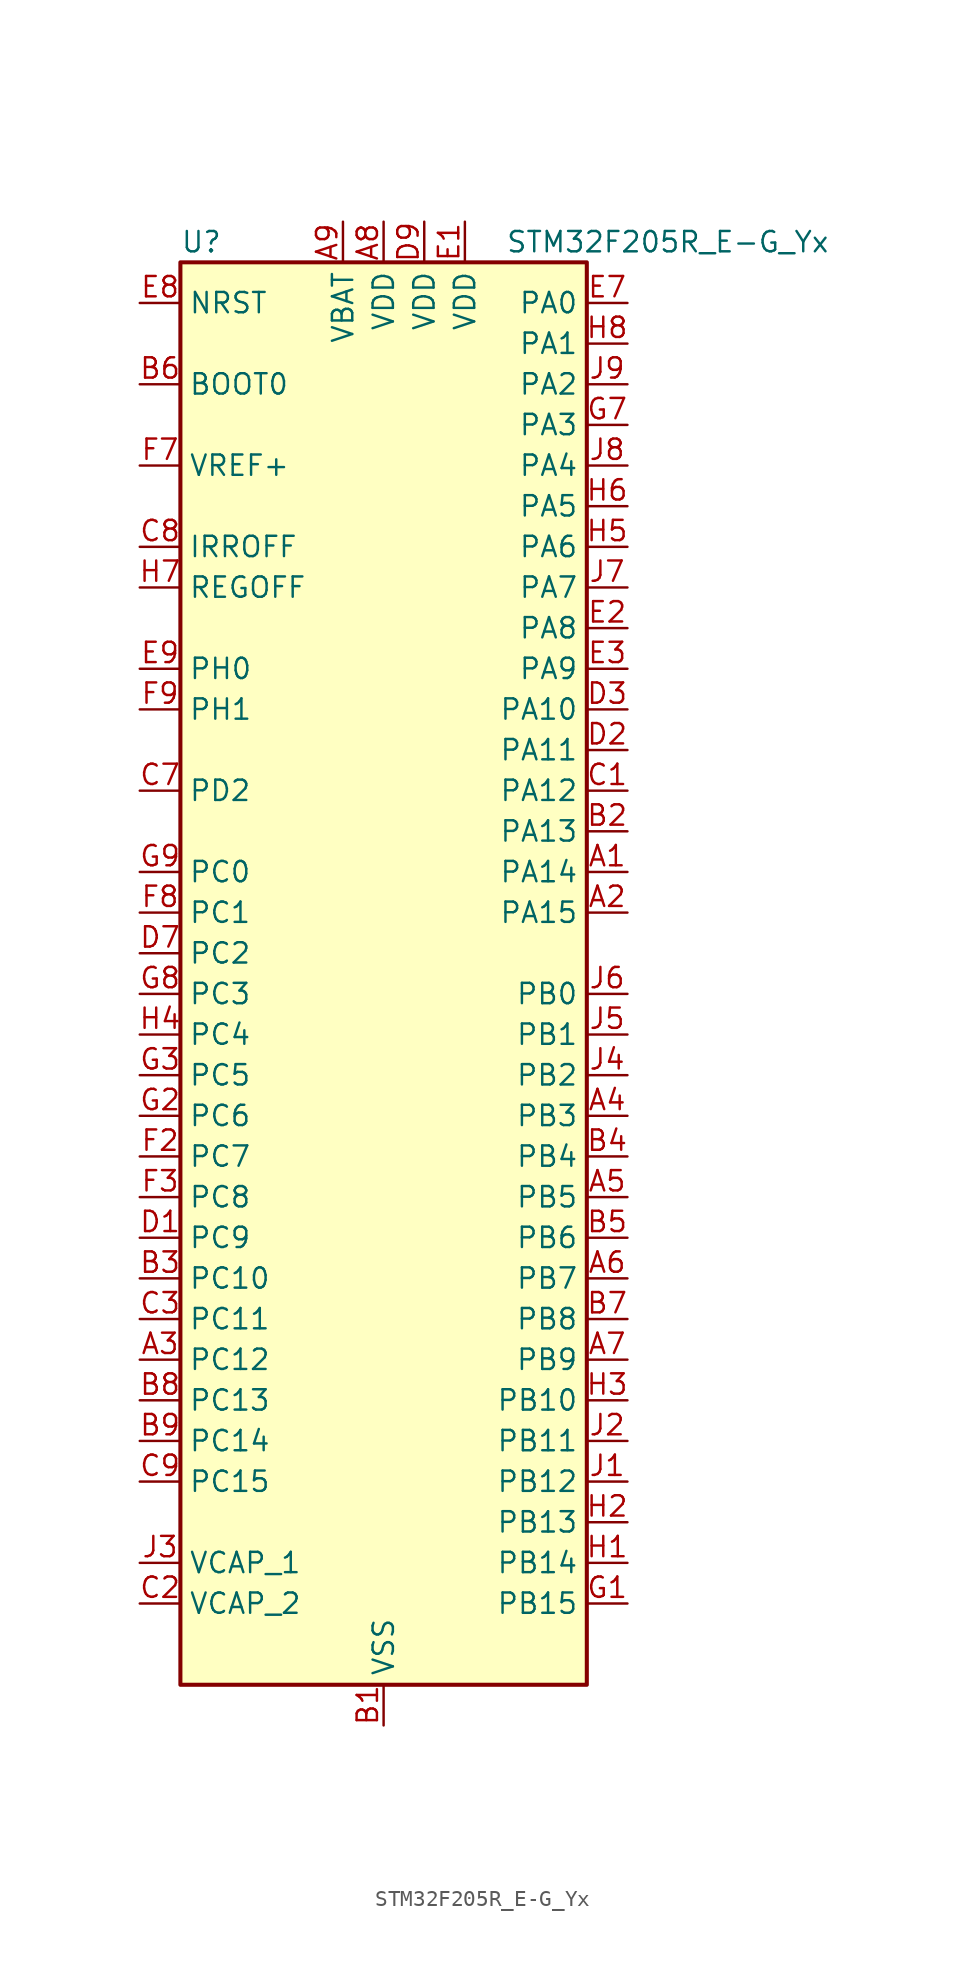
<source format=kicad_sym>
(kicad_symbol_lib
  (version 20220914)
  (generator kicad_symbol_editor)
  (symbol "STM32F205R_E-G_Yx"
    (property "Reference" "U"
      (at -12.7 46.99 0)
      (effects (font (size 1.27 1.27)) (justify left)))
    (property "Value" "STM32F205R_E-G_Yx"
      (at 7.62 46.99 0)
      (effects (font (size 1.27 1.27)) (justify left)))
    (property "ki_locked" ""
      (at 0 0 0)
      (effects (font (size 1.27 1.27))))
    (symbol "STM32F205R_E-G_Yx_0_1"
      (rectangle (start -12.7 -43.18) (end 12.7 45.72) (stroke (width 0.254) (type default)) (fill (type background))))
    (symbol "STM32F205R_E-G_Yx_1_1"
      (pin bidirectional line (at 15.24 7.62 180) (length 2.54) (name "PA14" (effects (font (size 1.27 1.27)))) (number "A1" (effects (font (size 1.27 1.27)))) (alternate "SYS_JTCK-SWCLK" bidirectional line))
      (pin bidirectional line (at 15.24 5.08 180) (length 2.54) (name "PA15" (effects (font (size 1.27 1.27)))) (number "A2" (effects (font (size 1.27 1.27)))) (alternate "ADC1_EXTI15" bidirectional line) (alternate "ADC2_EXTI15" bidirectional line) (alternate "ADC3_EXTI15" bidirectional line) (alternate "I2S3_WS" bidirectional line) (alternate "SPI1_NSS" bidirectional line) (alternate "SPI3_NSS" bidirectional line) (alternate "SYS_JTDI" bidirectional line) (alternate "TIM2_CH1" bidirectional line) (alternate "TIM2_ETR" bidirectional line))
      (pin bidirectional line (at -15.24 -22.86 0) (length 2.54) (name "PC12" (effects (font (size 1.27 1.27)))) (number "A3" (effects (font (size 1.27 1.27)))) (alternate "I2S3_SD" bidirectional line) (alternate "SDIO_CK" bidirectional line) (alternate "SPI3_MOSI" bidirectional line) (alternate "UART5_TX" bidirectional line) (alternate "USART3_CK" bidirectional line))
      (pin bidirectional line (at 15.24 -7.62 180) (length 2.54) (name "PB3" (effects (font (size 1.27 1.27)))) (number "A4" (effects (font (size 1.27 1.27)))) (alternate "I2S3_SCK" bidirectional line) (alternate "SPI1_SCK" bidirectional line) (alternate "SPI3_SCK" bidirectional line) (alternate "SYS_JTDO-SWO" bidirectional line) (alternate "TIM2_CH2" bidirectional line))
      (pin bidirectional line (at 15.24 -12.7 180) (length 2.54) (name "PB5" (effects (font (size 1.27 1.27)))) (number "A5" (effects (font (size 1.27 1.27)))) (alternate "CAN2_RX" bidirectional line) (alternate "I2C1_SMBA" bidirectional line) (alternate "I2S3_SD" bidirectional line) (alternate "SPI1_MOSI" bidirectional line) (alternate "SPI3_MOSI" bidirectional line) (alternate "TIM3_CH2" bidirectional line) (alternate "USB_OTG_HS_ULPI_D7" bidirectional line))
      (pin bidirectional line (at 15.24 -17.78 180) (length 2.54) (name "PB7" (effects (font (size 1.27 1.27)))) (number "A6" (effects (font (size 1.27 1.27)))) (alternate "I2C1_SDA" bidirectional line) (alternate "TIM4_CH2" bidirectional line) (alternate "USART1_RX" bidirectional line))
      (pin bidirectional line (at 15.24 -22.86 180) (length 2.54) (name "PB9" (effects (font (size 1.27 1.27)))) (number "A7" (effects (font (size 1.27 1.27)))) (alternate "CAN1_TX" bidirectional line) (alternate "DAC_EXTI9" bidirectional line) (alternate "I2C1_SDA" bidirectional line) (alternate "I2S2_WS" bidirectional line) (alternate "SDIO_D5" bidirectional line) (alternate "SPI2_NSS" bidirectional line) (alternate "TIM11_CH1" bidirectional line) (alternate "TIM4_CH4" bidirectional line))
      (pin power_in line (at 0 48.26 270) (length 2.54) (name "VDD" (effects (font (size 1.27 1.27)))) (number "A8" (effects (font (size 1.27 1.27)))))
      (pin power_in line (at -2.54 48.26 270) (length 2.54) (name "VBAT" (effects (font (size 1.27 1.27)))) (number "A9" (effects (font (size 1.27 1.27)))))
      (pin power_in line (at 0 -45.72 90) (length 2.54) (name "VSS" (effects (font (size 1.27 1.27)))) (number "B1" (effects (font (size 1.27 1.27)))))
      (pin bidirectional line (at 15.24 10.16 180) (length 2.54) (name "PA13" (effects (font (size 1.27 1.27)))) (number "B2" (effects (font (size 1.27 1.27)))) (alternate "SYS_JTMS-SWDIO" bidirectional line))
      (pin bidirectional line (at -15.24 -17.78 0) (length 2.54) (name "PC10" (effects (font (size 1.27 1.27)))) (number "B3" (effects (font (size 1.27 1.27)))) (alternate "I2S3_SCK" bidirectional line) (alternate "SDIO_D2" bidirectional line) (alternate "SPI3_SCK" bidirectional line) (alternate "UART4_TX" bidirectional line) (alternate "USART3_TX" bidirectional line))
      (pin bidirectional line (at 15.24 -10.16 180) (length 2.54) (name "PB4" (effects (font (size 1.27 1.27)))) (number "B4" (effects (font (size 1.27 1.27)))) (alternate "SPI1_MISO" bidirectional line) (alternate "SPI3_MISO" bidirectional line) (alternate "SYS_JTRST" bidirectional line) (alternate "TIM3_CH1" bidirectional line))
      (pin bidirectional line (at 15.24 -15.24 180) (length 2.54) (name "PB6" (effects (font (size 1.27 1.27)))) (number "B5" (effects (font (size 1.27 1.27)))) (alternate "CAN2_TX" bidirectional line) (alternate "I2C1_SCL" bidirectional line) (alternate "TIM4_CH1" bidirectional line) (alternate "USART1_TX" bidirectional line))
      (pin input line (at -15.24 38.1 0) (length 2.54) (name "BOOT0" (effects (font (size 1.27 1.27)))) (number "B6" (effects (font (size 1.27 1.27)))))
      (pin bidirectional line (at 15.24 -20.32 180) (length 2.54) (name "PB8" (effects (font (size 1.27 1.27)))) (number "B7" (effects (font (size 1.27 1.27)))) (alternate "CAN1_RX" bidirectional line) (alternate "I2C1_SCL" bidirectional line) (alternate "SDIO_D4" bidirectional line) (alternate "TIM10_CH1" bidirectional line) (alternate "TIM4_CH3" bidirectional line))
      (pin bidirectional line (at -15.24 -25.4 0) (length 2.54) (name "PC13" (effects (font (size 1.27 1.27)))) (number "B8" (effects (font (size 1.27 1.27)))) (alternate "RTC_AF1" bidirectional line))
      (pin bidirectional line (at -15.24 -27.94 0) (length 2.54) (name "PC14" (effects (font (size 1.27 1.27)))) (number "B9" (effects (font (size 1.27 1.27)))) (alternate "RCC_OSC32_IN" bidirectional line))
      (pin bidirectional line (at 15.24 12.7 180) (length 2.54) (name "PA12" (effects (font (size 1.27 1.27)))) (number "C1" (effects (font (size 1.27 1.27)))) (alternate "CAN1_TX" bidirectional line) (alternate "TIM1_ETR" bidirectional line) (alternate "USART1_RTS" bidirectional line) (alternate "USB_OTG_FS_DP" bidirectional line))
      (pin power_out line (at -15.24 -38.1 0) (length 2.54) (name "VCAP_2" (effects (font (size 1.27 1.27)))) (number "C2" (effects (font (size 1.27 1.27)))))
      (pin bidirectional line (at -15.24 -20.32 0) (length 2.54) (name "PC11" (effects (font (size 1.27 1.27)))) (number "C3" (effects (font (size 1.27 1.27)))) (alternate "ADC1_EXTI11" bidirectional line) (alternate "ADC2_EXTI11" bidirectional line) (alternate "ADC3_EXTI11" bidirectional line) (alternate "SDIO_D3" bidirectional line) (alternate "SPI3_MISO" bidirectional line) (alternate "UART4_RX" bidirectional line) (alternate "USART3_RX" bidirectional line))
      (pin bidirectional line (at -15.24 12.7 0) (length 2.54) (name "PD2" (effects (font (size 1.27 1.27)))) (number "C7" (effects (font (size 1.27 1.27)))) (alternate "SDIO_CMD" bidirectional line) (alternate "TIM3_ETR" bidirectional line) (alternate "UART5_RX" bidirectional line))
      (pin input line (at -15.24 27.94 0) (length 2.54) (name "IRROFF" (effects (font (size 1.27 1.27)))) (number "C8" (effects (font (size 1.27 1.27)))))
      (pin bidirectional line (at -15.24 -30.48 0) (length 2.54) (name "PC15" (effects (font (size 1.27 1.27)))) (number "C9" (effects (font (size 1.27 1.27)))) (alternate "ADC1_EXTI15" bidirectional line) (alternate "ADC2_EXTI15" bidirectional line) (alternate "ADC3_EXTI15" bidirectional line) (alternate "RCC_OSC32_OUT" bidirectional line))
      (pin bidirectional line (at -15.24 -15.24 0) (length 2.54) (name "PC9" (effects (font (size 1.27 1.27)))) (number "D1" (effects (font (size 1.27 1.27)))) (alternate "DAC_EXTI9" bidirectional line) (alternate "I2C3_SDA" bidirectional line) (alternate "I2S_CKIN" bidirectional line) (alternate "RCC_MCO_2" bidirectional line) (alternate "SDIO_D1" bidirectional line) (alternate "TIM3_CH4" bidirectional line) (alternate "TIM8_CH4" bidirectional line))
      (pin bidirectional line (at 15.24 15.24 180) (length 2.54) (name "PA11" (effects (font (size 1.27 1.27)))) (number "D2" (effects (font (size 1.27 1.27)))) (alternate "ADC1_EXTI11" bidirectional line) (alternate "ADC2_EXTI11" bidirectional line) (alternate "ADC3_EXTI11" bidirectional line) (alternate "CAN1_RX" bidirectional line) (alternate "TIM1_CH4" bidirectional line) (alternate "USART1_CTS" bidirectional line) (alternate "USB_OTG_FS_DM" bidirectional line))
      (pin bidirectional line (at 15.24 17.78 180) (length 2.54) (name "PA10" (effects (font (size 1.27 1.27)))) (number "D3" (effects (font (size 1.27 1.27)))) (alternate "TIM1_CH3" bidirectional line) (alternate "USART1_RX" bidirectional line) (alternate "USB_OTG_FS_ID" bidirectional line))
      (pin bidirectional line (at -15.24 2.54 0) (length 2.54) (name "PC2" (effects (font (size 1.27 1.27)))) (number "D7" (effects (font (size 1.27 1.27)))) (alternate "ADC1_IN12" bidirectional line) (alternate "ADC2_IN12" bidirectional line) (alternate "ADC3_IN12" bidirectional line) (alternate "SPI2_MISO" bidirectional line) (alternate "USB_OTG_HS_ULPI_DIR" bidirectional line))
      (pin passive line (at 0 -45.72 90) (length 2.54) hide (name "VSS" (effects (font (size 1.27 1.27)))) (number "D8" (effects (font (size 1.27 1.27)))))
      (pin power_in line (at 2.54 48.26 270) (length 2.54) (name "VDD" (effects (font (size 1.27 1.27)))) (number "D9" (effects (font (size 1.27 1.27)))))
      (pin power_in line (at 5.08 48.26 270) (length 2.54) (name "VDD" (effects (font (size 1.27 1.27)))) (number "E1" (effects (font (size 1.27 1.27)))))
      (pin bidirectional line (at 15.24 22.86 180) (length 2.54) (name "PA8" (effects (font (size 1.27 1.27)))) (number "E2" (effects (font (size 1.27 1.27)))) (alternate "I2C3_SCL" bidirectional line) (alternate "RCC_MCO_1" bidirectional line) (alternate "TIM1_CH1" bidirectional line) (alternate "USART1_CK" bidirectional line) (alternate "USB_OTG_FS_SOF" bidirectional line))
      (pin bidirectional line (at 15.24 20.32 180) (length 2.54) (name "PA9" (effects (font (size 1.27 1.27)))) (number "E3" (effects (font (size 1.27 1.27)))) (alternate "DAC_EXTI9" bidirectional line) (alternate "I2C3_SMBA" bidirectional line) (alternate "TIM1_CH2" bidirectional line) (alternate "USART1_TX" bidirectional line) (alternate "USB_OTG_FS_VBUS" bidirectional line))
      (pin bidirectional line (at 15.24 43.18 180) (length 2.54) (name "PA0" (effects (font (size 1.27 1.27)))) (number "E7" (effects (font (size 1.27 1.27)))) (alternate "ADC1_IN0" bidirectional line) (alternate "ADC2_IN0" bidirectional line) (alternate "ADC3_IN0" bidirectional line) (alternate "SYS_WKUP" bidirectional line) (alternate "TIM2_CH1" bidirectional line) (alternate "TIM2_ETR" bidirectional line) (alternate "TIM5_CH1" bidirectional line) (alternate "TIM8_ETR" bidirectional line) (alternate "UART4_TX" bidirectional line) (alternate "USART2_CTS" bidirectional line))
      (pin input line (at -15.24 43.18 0) (length 2.54) (name "NRST" (effects (font (size 1.27 1.27)))) (number "E8" (effects (font (size 1.27 1.27)))))
      (pin bidirectional line (at -15.24 20.32 0) (length 2.54) (name "PH0" (effects (font (size 1.27 1.27)))) (number "E9" (effects (font (size 1.27 1.27)))) (alternate "RCC_OSC_IN" bidirectional line))
      (pin passive line (at 0 -45.72 90) (length 2.54) hide (name "VSS" (effects (font (size 1.27 1.27)))) (number "F1" (effects (font (size 1.27 1.27)))))
      (pin bidirectional line (at -15.24 -10.16 0) (length 2.54) (name "PC7" (effects (font (size 1.27 1.27)))) (number "F2" (effects (font (size 1.27 1.27)))) (alternate "I2S3_MCK" bidirectional line) (alternate "SDIO_D7" bidirectional line) (alternate "TIM3_CH2" bidirectional line) (alternate "TIM8_CH2" bidirectional line) (alternate "USART6_RX" bidirectional line))
      (pin bidirectional line (at -15.24 -12.7 0) (length 2.54) (name "PC8" (effects (font (size 1.27 1.27)))) (number "F3" (effects (font (size 1.27 1.27)))) (alternate "SDIO_D0" bidirectional line) (alternate "TIM3_CH3" bidirectional line) (alternate "TIM8_CH3" bidirectional line) (alternate "USART6_CK" bidirectional line))
      (pin input line (at -15.24 33.02 0) (length 2.54) (name "VREF+" (effects (font (size 1.27 1.27)))) (number "F7" (effects (font (size 1.27 1.27)))))
      (pin bidirectional line (at -15.24 5.08 0) (length 2.54) (name "PC1" (effects (font (size 1.27 1.27)))) (number "F8" (effects (font (size 1.27 1.27)))) (alternate "ADC1_IN11" bidirectional line) (alternate "ADC2_IN11" bidirectional line) (alternate "ADC3_IN11" bidirectional line))
      (pin bidirectional line (at -15.24 17.78 0) (length 2.54) (name "PH1" (effects (font (size 1.27 1.27)))) (number "F9" (effects (font (size 1.27 1.27)))) (alternate "RCC_OSC_OUT" bidirectional line))
      (pin bidirectional line (at 15.24 -38.1 180) (length 2.54) (name "PB15" (effects (font (size 1.27 1.27)))) (number "G1" (effects (font (size 1.27 1.27)))) (alternate "ADC1_EXTI15" bidirectional line) (alternate "ADC2_EXTI15" bidirectional line) (alternate "ADC3_EXTI15" bidirectional line) (alternate "I2S2_SD" bidirectional line) (alternate "RTC_REFIN" bidirectional line) (alternate "SPI2_MOSI" bidirectional line) (alternate "TIM12_CH2" bidirectional line) (alternate "TIM1_CH3N" bidirectional line) (alternate "TIM8_CH3N" bidirectional line) (alternate "USB_OTG_HS_DP" bidirectional line))
      (pin bidirectional line (at -15.24 -7.62 0) (length 2.54) (name "PC6" (effects (font (size 1.27 1.27)))) (number "G2" (effects (font (size 1.27 1.27)))) (alternate "I2S2_MCK" bidirectional line) (alternate "SDIO_D6" bidirectional line) (alternate "TIM3_CH1" bidirectional line) (alternate "TIM8_CH1" bidirectional line) (alternate "USART6_TX" bidirectional line))
      (pin bidirectional line (at -15.24 -5.08 0) (length 2.54) (name "PC5" (effects (font (size 1.27 1.27)))) (number "G3" (effects (font (size 1.27 1.27)))) (alternate "ADC1_IN15" bidirectional line) (alternate "ADC2_IN15" bidirectional line))
      (pin bidirectional line (at 15.24 35.56 180) (length 2.54) (name "PA3" (effects (font (size 1.27 1.27)))) (number "G7" (effects (font (size 1.27 1.27)))) (alternate "ADC1_IN3" bidirectional line) (alternate "ADC2_IN3" bidirectional line) (alternate "ADC3_IN3" bidirectional line) (alternate "TIM2_CH4" bidirectional line) (alternate "TIM5_CH4" bidirectional line) (alternate "TIM9_CH2" bidirectional line) (alternate "USART2_RX" bidirectional line) (alternate "USB_OTG_HS_ULPI_D0" bidirectional line))
      (pin bidirectional line (at -15.24 0 0) (length 2.54) (name "PC3" (effects (font (size 1.27 1.27)))) (number "G8" (effects (font (size 1.27 1.27)))) (alternate "ADC1_IN13" bidirectional line) (alternate "ADC2_IN13" bidirectional line) (alternate "ADC3_IN13" bidirectional line) (alternate "I2S2_SD" bidirectional line) (alternate "SPI2_MOSI" bidirectional line) (alternate "USB_OTG_HS_ULPI_NXT" bidirectional line))
      (pin bidirectional line (at -15.24 7.62 0) (length 2.54) (name "PC0" (effects (font (size 1.27 1.27)))) (number "G9" (effects (font (size 1.27 1.27)))) (alternate "ADC1_IN10" bidirectional line) (alternate "ADC2_IN10" bidirectional line) (alternate "ADC3_IN10" bidirectional line) (alternate "USB_OTG_HS_ULPI_STP" bidirectional line))
      (pin bidirectional line (at 15.24 -35.56 180) (length 2.54) (name "PB14" (effects (font (size 1.27 1.27)))) (number "H1" (effects (font (size 1.27 1.27)))) (alternate "SPI2_MISO" bidirectional line) (alternate "TIM12_CH1" bidirectional line) (alternate "TIM1_CH2N" bidirectional line) (alternate "TIM8_CH2N" bidirectional line) (alternate "USART3_RTS" bidirectional line) (alternate "USB_OTG_HS_DM" bidirectional line))
      (pin bidirectional line (at 15.24 -33.02 180) (length 2.54) (name "PB13" (effects (font (size 1.27 1.27)))) (number "H2" (effects (font (size 1.27 1.27)))) (alternate "CAN2_TX" bidirectional line) (alternate "I2S2_SCK" bidirectional line) (alternate "SPI2_SCK" bidirectional line) (alternate "TIM1_CH1N" bidirectional line) (alternate "USART3_CTS" bidirectional line) (alternate "USB_OTG_HS_ULPI_D6" bidirectional line) (alternate "USB_OTG_HS_VBUS" bidirectional line))
      (pin bidirectional line (at 15.24 -25.4 180) (length 2.54) (name "PB10" (effects (font (size 1.27 1.27)))) (number "H3" (effects (font (size 1.27 1.27)))) (alternate "I2C2_SCL" bidirectional line) (alternate "I2S2_SCK" bidirectional line) (alternate "SPI2_SCK" bidirectional line) (alternate "TIM2_CH3" bidirectional line) (alternate "USART3_TX" bidirectional line) (alternate "USB_OTG_HS_ULPI_D3" bidirectional line))
      (pin bidirectional line (at -15.24 -2.54 0) (length 2.54) (name "PC4" (effects (font (size 1.27 1.27)))) (number "H4" (effects (font (size 1.27 1.27)))) (alternate "ADC1_IN14" bidirectional line) (alternate "ADC2_IN14" bidirectional line))
      (pin bidirectional line (at 15.24 27.94 180) (length 2.54) (name "PA6" (effects (font (size 1.27 1.27)))) (number "H5" (effects (font (size 1.27 1.27)))) (alternate "ADC1_IN6" bidirectional line) (alternate "ADC2_IN6" bidirectional line) (alternate "SPI1_MISO" bidirectional line) (alternate "TIM13_CH1" bidirectional line) (alternate "TIM1_BKIN" bidirectional line) (alternate "TIM3_CH1" bidirectional line) (alternate "TIM8_BKIN" bidirectional line))
      (pin bidirectional line (at 15.24 30.48 180) (length 2.54) (name "PA5" (effects (font (size 1.27 1.27)))) (number "H6" (effects (font (size 1.27 1.27)))) (alternate "ADC1_IN5" bidirectional line) (alternate "ADC2_IN5" bidirectional line) (alternate "DAC_OUT2" bidirectional line) (alternate "SPI1_SCK" bidirectional line) (alternate "TIM2_CH1" bidirectional line) (alternate "TIM2_ETR" bidirectional line) (alternate "TIM8_CH1N" bidirectional line) (alternate "USB_OTG_HS_ULPI_CK" bidirectional line))
      (pin input line (at -15.24 25.4 0) (length 2.54) (name "REGOFF" (effects (font (size 1.27 1.27)))) (number "H7" (effects (font (size 1.27 1.27)))))
      (pin bidirectional line (at 15.24 40.64 180) (length 2.54) (name "PA1" (effects (font (size 1.27 1.27)))) (number "H8" (effects (font (size 1.27 1.27)))) (alternate "ADC1_IN1" bidirectional line) (alternate "ADC2_IN1" bidirectional line) (alternate "ADC3_IN1" bidirectional line) (alternate "TIM2_CH2" bidirectional line) (alternate "TIM5_CH2" bidirectional line) (alternate "UART4_RX" bidirectional line) (alternate "USART2_RTS" bidirectional line))
      (pin passive line (at 0 -45.72 90) (length 2.54) hide (name "VSS" (effects (font (size 1.27 1.27)))) (number "H9" (effects (font (size 1.27 1.27)))))
      (pin bidirectional line (at 15.24 -30.48 180) (length 2.54) (name "PB12" (effects (font (size 1.27 1.27)))) (number "J1" (effects (font (size 1.27 1.27)))) (alternate "CAN2_RX" bidirectional line) (alternate "I2C2_SMBA" bidirectional line) (alternate "I2S2_WS" bidirectional line) (alternate "SPI2_NSS" bidirectional line) (alternate "TIM1_BKIN" bidirectional line) (alternate "USART3_CK" bidirectional line) (alternate "USB_OTG_HS_ID" bidirectional line) (alternate "USB_OTG_HS_ULPI_D5" bidirectional line))
      (pin bidirectional line (at 15.24 -27.94 180) (length 2.54) (name "PB11" (effects (font (size 1.27 1.27)))) (number "J2" (effects (font (size 1.27 1.27)))) (alternate "ADC1_EXTI11" bidirectional line) (alternate "ADC2_EXTI11" bidirectional line) (alternate "ADC3_EXTI11" bidirectional line) (alternate "I2C2_SDA" bidirectional line) (alternate "TIM2_CH4" bidirectional line) (alternate "USART3_RX" bidirectional line) (alternate "USB_OTG_HS_ULPI_D4" bidirectional line))
      (pin power_out line (at -15.24 -35.56 0) (length 2.54) (name "VCAP_1" (effects (font (size 1.27 1.27)))) (number "J3" (effects (font (size 1.27 1.27)))))
      (pin bidirectional line (at 15.24 -5.08 180) (length 2.54) (name "PB2" (effects (font (size 1.27 1.27)))) (number "J4" (effects (font (size 1.27 1.27)))))
      (pin bidirectional line (at 15.24 -2.54 180) (length 2.54) (name "PB1" (effects (font (size 1.27 1.27)))) (number "J5" (effects (font (size 1.27 1.27)))) (alternate "ADC1_IN9" bidirectional line) (alternate "ADC2_IN9" bidirectional line) (alternate "TIM1_CH3N" bidirectional line) (alternate "TIM3_CH4" bidirectional line) (alternate "TIM8_CH3N" bidirectional line) (alternate "USB_OTG_HS_ULPI_D2" bidirectional line))
      (pin bidirectional line (at 15.24 0 180) (length 2.54) (name "PB0" (effects (font (size 1.27 1.27)))) (number "J6" (effects (font (size 1.27 1.27)))) (alternate "ADC1_IN8" bidirectional line) (alternate "ADC2_IN8" bidirectional line) (alternate "TIM1_CH2N" bidirectional line) (alternate "TIM3_CH3" bidirectional line) (alternate "TIM8_CH2N" bidirectional line) (alternate "USB_OTG_HS_ULPI_D1" bidirectional line))
      (pin bidirectional line (at 15.24 25.4 180) (length 2.54) (name "PA7" (effects (font (size 1.27 1.27)))) (number "J7" (effects (font (size 1.27 1.27)))) (alternate "ADC1_IN7" bidirectional line) (alternate "ADC2_IN7" bidirectional line) (alternate "SPI1_MOSI" bidirectional line) (alternate "TIM14_CH1" bidirectional line) (alternate "TIM1_CH1N" bidirectional line) (alternate "TIM3_CH2" bidirectional line) (alternate "TIM8_CH1N" bidirectional line))
      (pin bidirectional line (at 15.24 33.02 180) (length 2.54) (name "PA4" (effects (font (size 1.27 1.27)))) (number "J8" (effects (font (size 1.27 1.27)))) (alternate "ADC1_IN4" bidirectional line) (alternate "ADC2_IN4" bidirectional line) (alternate "DAC_OUT1" bidirectional line) (alternate "I2S3_WS" bidirectional line) (alternate "SPI1_NSS" bidirectional line) (alternate "SPI3_NSS" bidirectional line) (alternate "USART2_CK" bidirectional line) (alternate "USB_OTG_HS_SOF" bidirectional line))
      (pin bidirectional line (at 15.24 38.1 180) (length 2.54) (name "PA2" (effects (font (size 1.27 1.27)))) (number "J9" (effects (font (size 1.27 1.27)))) (alternate "ADC1_IN2" bidirectional line) (alternate "ADC2_IN2" bidirectional line) (alternate "ADC3_IN2" bidirectional line) (alternate "TIM2_CH3" bidirectional line) (alternate "TIM5_CH3" bidirectional line) (alternate "TIM9_CH1" bidirectional line) (alternate "USART2_TX" bidirectional line)))))
</source>
